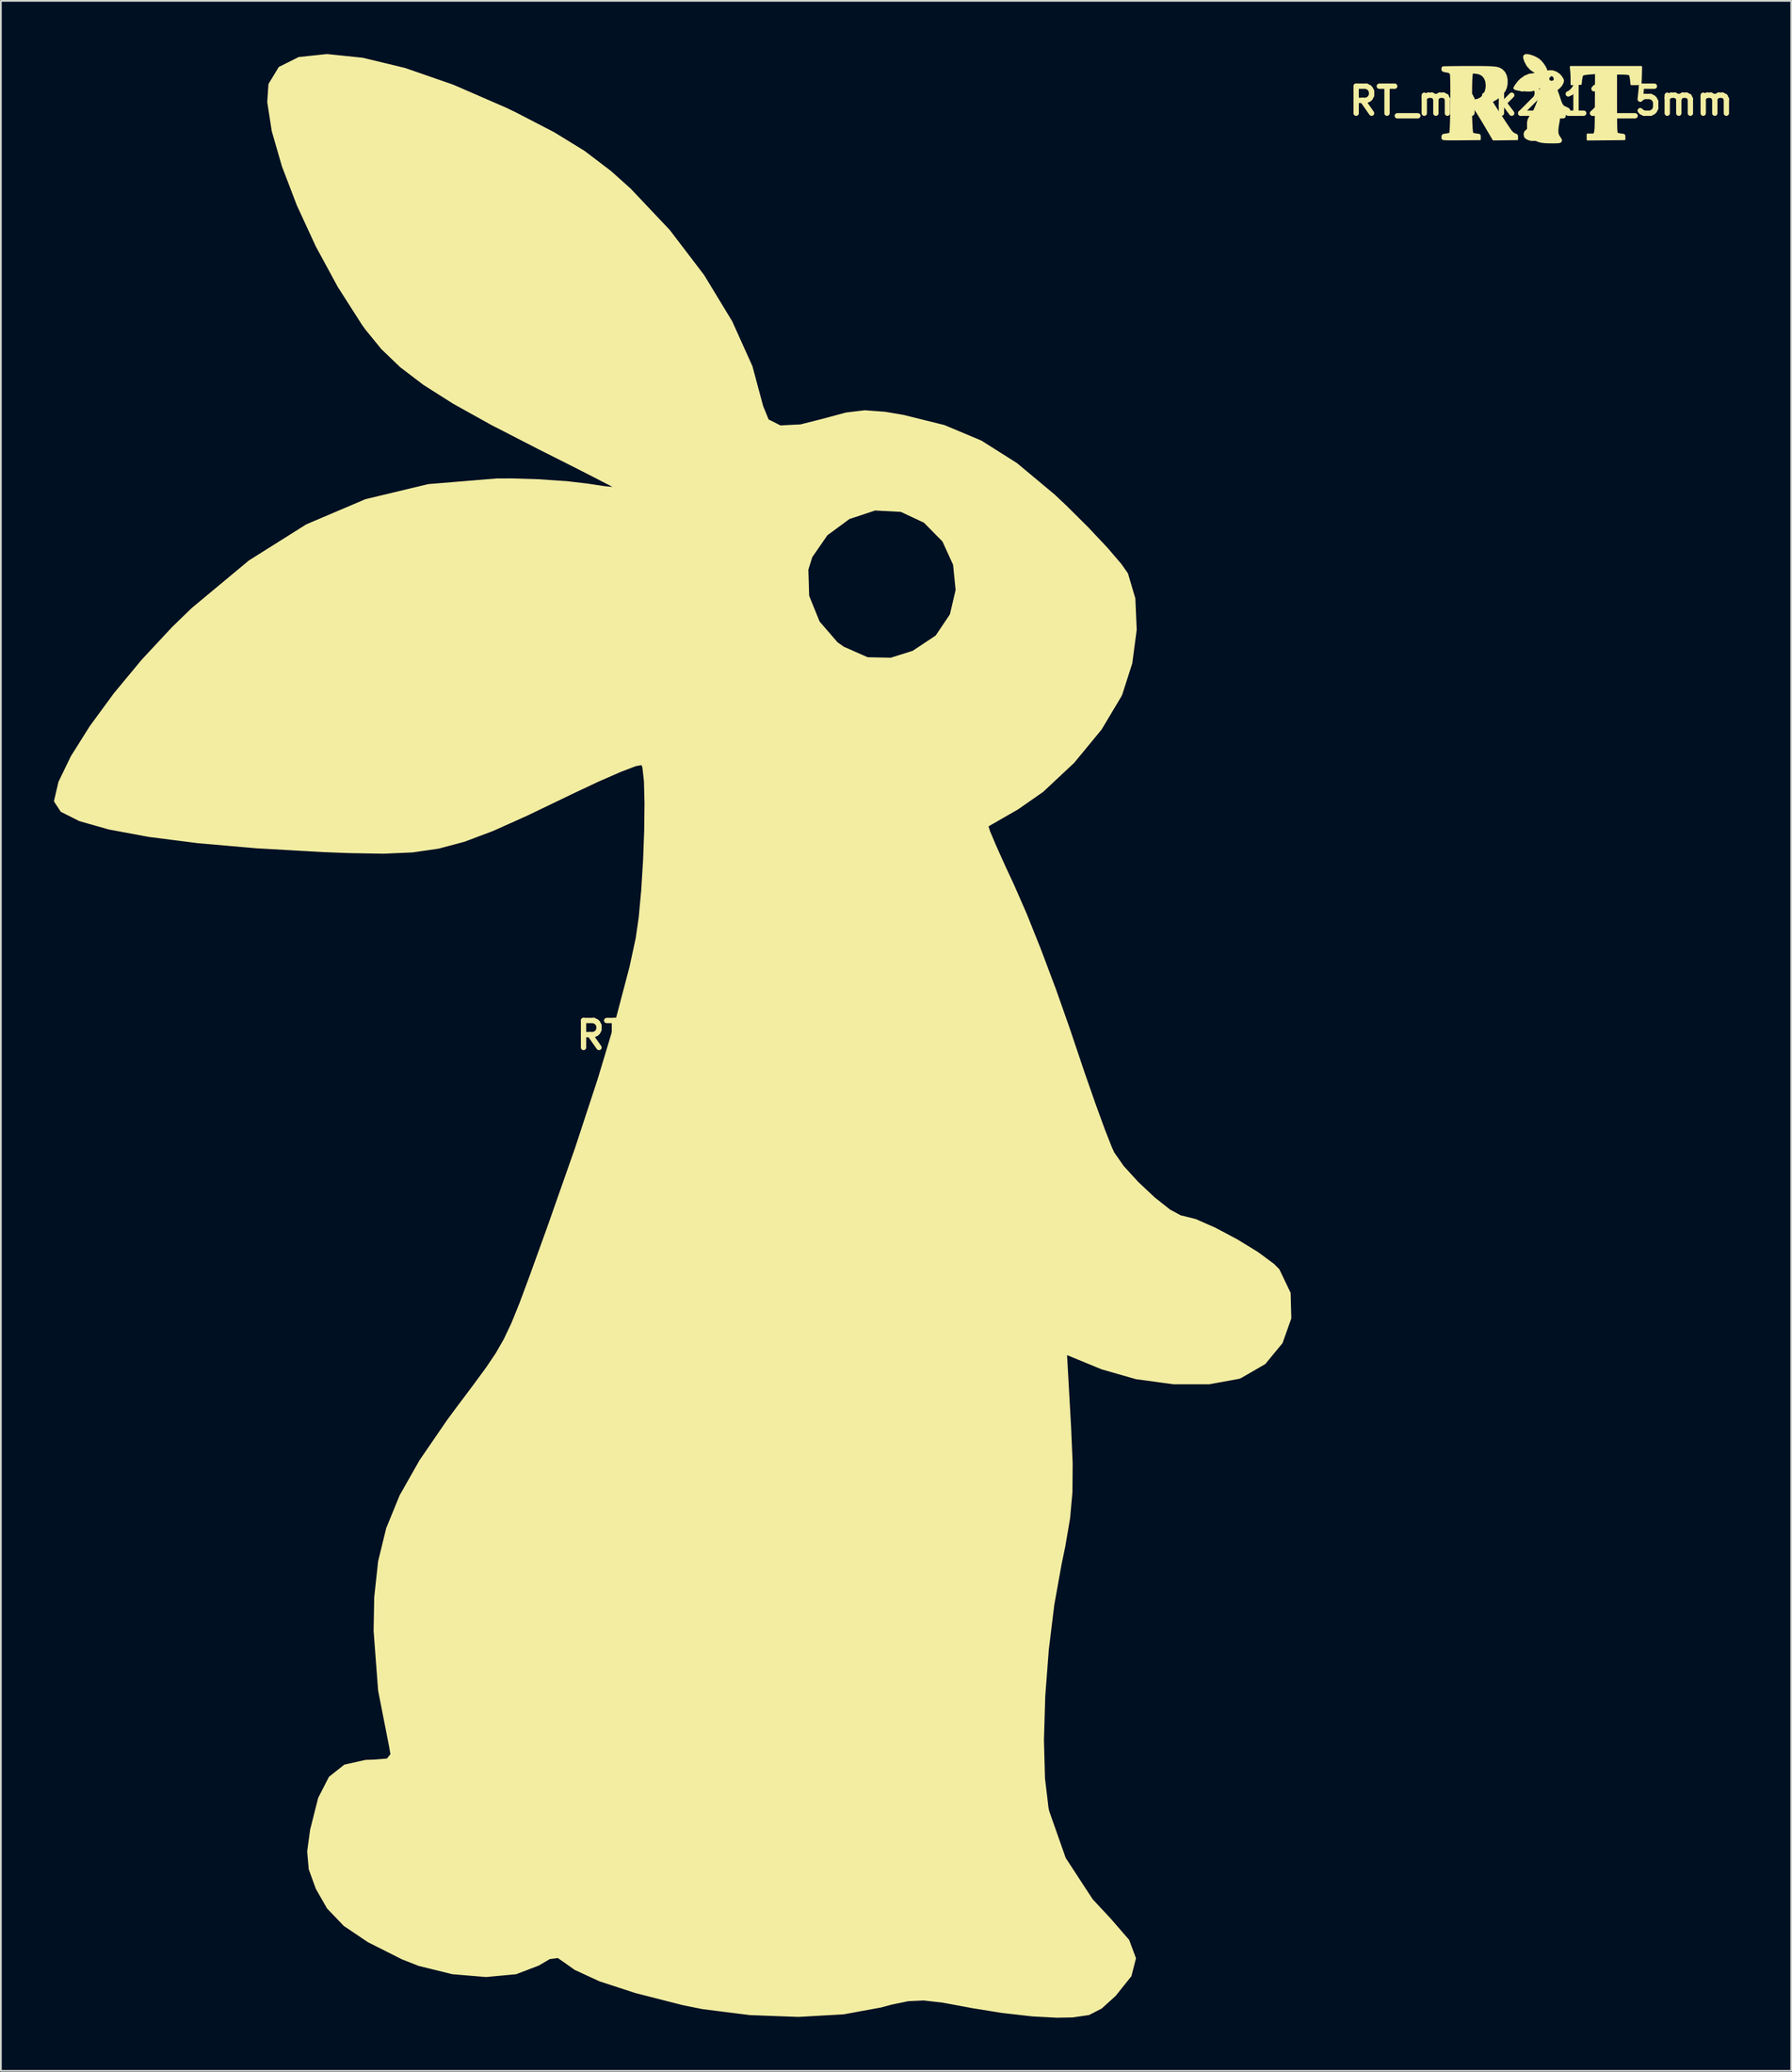
<source format=kicad_pcb>
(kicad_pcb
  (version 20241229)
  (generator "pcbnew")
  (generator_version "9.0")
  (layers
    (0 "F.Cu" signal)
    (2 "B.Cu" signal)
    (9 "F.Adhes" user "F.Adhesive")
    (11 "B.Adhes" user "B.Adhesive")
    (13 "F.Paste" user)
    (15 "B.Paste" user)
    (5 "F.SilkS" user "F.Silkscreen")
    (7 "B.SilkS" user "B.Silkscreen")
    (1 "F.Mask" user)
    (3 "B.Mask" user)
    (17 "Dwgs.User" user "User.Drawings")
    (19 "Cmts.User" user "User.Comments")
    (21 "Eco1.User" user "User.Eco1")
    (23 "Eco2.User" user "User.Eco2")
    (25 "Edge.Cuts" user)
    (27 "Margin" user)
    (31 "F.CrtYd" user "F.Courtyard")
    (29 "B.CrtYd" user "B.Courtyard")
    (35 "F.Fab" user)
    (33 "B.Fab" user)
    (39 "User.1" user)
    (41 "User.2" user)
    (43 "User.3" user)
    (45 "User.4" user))
  (footprint "RT_mark1"
    (layer "F.Cu")
    (at 34.975 55.369)
    (property "Reference" "RT_mark1" (at 0 0 0) (layer "F.SilkS") (effects (font (size 1.524 1.524) (thickness 0.3))))
    (attr through_hole)
    (fp_poly (pts (xy 34.827 15.968) (xy 34.337 17.345) (xy 33.376 18.512) (xy 32.005 19.306) (xy 31.913 19.337) (xy 30.246 19.642) (xy 28.225 19.642) (xy 26.119 19.357) (xy 24.201 18.808) (xy 24.046 18.746) (xy 22.162 17.971) (xy 22.395 22.126) (xy 22.483 24.167) (xy 22.47 25.783) (xy 22.338 27.248) (xy 22.066 28.838) (xy 21.863 29.81) (xy 21.445 32.139) (xy 21.133 34.693) (xy 20.935 37.294) (xy 20.861 39.765) (xy 20.92 41.926) (xy 21.12 43.602) (xy 21.16 43.788) (xy 22.095 46.443) (xy 23.623 48.782) (xy 24.665 49.901) (xy 25.679 51.071) (xy 26.056 52.083) (xy 25.804 53.069) (xy 24.931 54.161) (xy 24.906 54.187) (xy 24.144 54.877) (xy 23.447 55.236) (xy 22.527 55.37) (xy 21.643 55.386) (xy 20.26 55.312) (xy 18.54 55.117) (xy 16.833 54.841) (xy 16.672 54.81) (xy 15.976 54.68) (xy 15.976 -25.128) (xy 15.83 -26.566) (xy 15.223 -27.894) (xy 14.167 -28.965) (xy 12.845 -29.585) (xy 11.371 -29.662) (xy 9.908 -29.176) (xy 8.649 -28.25) (xy 7.787 -27.003) (xy 7.561 -26.277) (xy 7.608 -24.787) (xy 8.202 -23.322) (xy 9.223 -22.14) (xy 9.592 -21.881) (xy 10.945 -21.283) (xy 12.267 -21.255) (xy 13.521 -21.648) (xy 14.834 -22.52) (xy 15.648 -23.73) (xy 15.976 -25.128) (xy 15.976 54.68) (xy 15.181 54.533) (xy 14.123 54.414) (xy 13.245 54.454) (xy 12.294 54.651) (xy 11.71 54.809) (xy 9.597 55.197) (xy 7.057 55.34) (xy 4.326 55.241) (xy 1.639 54.902) (xy 0.529 54.678) (xy -2.123 54.002) (xy -4.163 53.337) (xy -5.554 52.695) (xy -6.038 52.351) (xy -6.52 52.017) (xy -7.006 52.081) (xy -7.628 52.448) (xy -8.899 52.933) (xy -10.585 53.091) (xy -12.48 52.932) (xy -14.378 52.464) (xy -15.317 52.094) (xy -17.226 51.133) (xy -18.581 50.221) (xy -19.517 49.247) (xy -20.151 48.139) (xy -20.545 47.051) (xy -20.634 46.056) (xy -20.467 44.834) (xy -20.017 43.052) (xy -19.412 41.873) (xy -18.561 41.201) (xy -17.376 40.937) (xy -16.915 40.922) (xy -16.157 40.861) (xy -15.93 40.579) (xy -16.008 40.128) (xy -16.628 36.976) (xy -16.883 33.604) (xy -16.849 31.722) (xy -16.629 29.69) (xy -16.174 27.827) (xy -15.418 25.98) (xy -14.295 24) (xy -12.74 21.735) (xy -12.189 20.99) (xy -11.258 19.75) (xy -10.547 18.783) (xy -9.994 17.962) (xy -9.534 17.16) (xy -9.105 16.252) (xy -8.643 15.112) (xy -8.085 13.611) (xy -7.367 11.626) (xy -7.034 10.701) (xy -5.513 6.373) (xy -4.229 2.466) (xy -3.198 -0.96) (xy -2.438 -3.847) (xy -2.087 -5.468) (xy -1.916 -6.654) (xy -1.776 -8.167) (xy -1.671 -9.851) (xy -1.607 -11.547) (xy -1.589 -13.096) (xy -1.622 -14.343) (xy -1.71 -15.128) (xy -1.781 -15.303) (xy -2.153 -15.232) (xy -3.028 -14.896) (xy -4.278 -14.349) (xy -5.775 -13.644) (xy -5.904 -13.581) (xy -8.287 -12.435) (xy -10.203 -11.577) (xy -11.811 -10.971) (xy -13.271 -10.58) (xy -14.74 -10.368) (xy -16.38 -10.297) (xy -18.347 -10.331) (xy -19.756 -10.386) (xy -23.532 -10.6) (xy -26.836 -10.888) (xy -29.629 -11.245) (xy -31.874 -11.662) (xy -33.53 -12.133) (xy -34.56 -12.651) (xy -34.925 -13.207) (xy -34.925 -13.223) (xy -34.677 -14.286) (xy -33.983 -15.718) (xy -32.919 -17.412) (xy -31.561 -19.263) (xy -29.986 -21.163) (xy -28.268 -23.006) (xy -27.172 -24.068) (xy -23.941 -26.755) (xy -20.711 -28.786) (xy -17.378 -30.204) (xy -13.839 -31.052) (xy -9.988 -31.37) (xy -9.172 -31.374) (xy -7.582 -31.325) (xy -6.006 -31.216) (xy -4.847 -31.079) (xy -3.897 -30.936) (xy -3.333 -30.879) (xy -3.26 -30.893) (xy -3.591 -31.076) (xy -4.435 -31.512) (xy -5.673 -32.143) (xy -7.186 -32.905) (xy -7.585 -33.105) (xy -10.273 -34.487) (xy -12.406 -35.673) (xy -14.081 -36.733) (xy -15.399 -37.736) (xy -16.457 -38.751) (xy -17.354 -39.849) (xy -17.55 -40.122) (xy -18.914 -42.256) (xy -20.152 -44.537) (xy -21.217 -46.841) (xy -22.06 -49.045) (xy -22.633 -51.025) (xy -22.887 -52.656) (xy -22.82 -53.663) (xy -22.251 -54.601) (xy -21.149 -55.151) (xy -19.567 -55.319) (xy -17.555 -55.111) (xy -15.166 -54.534) (xy -12.452 -53.592) (xy -9.466 -52.294) (xy -8.91 -52.026) (xy -6.761 -50.913) (xy -5.055 -49.865) (xy -3.563 -48.731) (xy -2.456 -47.74) (xy -0.252 -45.41) (xy 1.684 -42.873) (xy 3.266 -40.269) (xy 4.406 -37.741) (xy 5.011 -35.492) (xy 5.329 -34.714) (xy 6.024 -34.363) (xy 7.174 -34.421) (xy 8.444 -34.742) (xy 9.75 -35.093) (xy 10.796 -35.218) (xy 11.934 -35.134) (xy 12.953 -34.963) (xy 15.281 -34.385) (xy 17.359 -33.512) (xy 19.364 -32.244) (xy 21.474 -30.484) (xy 22.149 -29.849) (xy 23.382 -28.624) (xy 24.458 -27.48) (xy 25.251 -26.554) (xy 25.608 -26.044) (xy 26.022 -24.644) (xy 26.098 -22.88) (xy 25.849 -20.999) (xy 25.288 -19.251) (xy 25.238 -19.143) (xy 24.122 -17.277) (xy 22.58 -15.406) (xy 20.834 -13.772) (xy 19.415 -12.784) (xy 18.498 -12.258) (xy 17.876 -11.9) (xy 17.723 -11.81) (xy 17.825 -11.489) (xy 18.173 -10.666) (xy 18.709 -9.477) (xy 19.194 -8.434) (xy 19.883 -6.861) (xy 20.691 -4.843) (xy 21.532 -2.609) (xy 22.315 -0.389) (xy 22.524 0.234) (xy 23.169 2.148) (xy 23.781 3.899) (xy 24.309 5.345) (xy 24.701 6.34) (xy 24.837 6.637) (xy 25.371 7.402) (xy 26.192 8.303) (xy 27.126 9.181) (xy 27.998 9.872) (xy 28.634 10.217) (xy 28.727 10.231) (xy 29.468 10.418) (xy 30.567 10.902) (xy 31.81 11.562) (xy 32.983 12.282) (xy 33.873 12.943) (xy 34.16 13.234) (xy 34.788 14.544) (xy 34.827 15.968)) (stroke (width 0.1) (type solid)) (fill yes) (layer "F.SilkS")))
  (footprint "RT_mark2_12_5mm"
    (layer "F.Cu")
    (at 83.963 2.649)
    (property "Reference" "RT_mark2_12_5mm" (at 0 0 0) (layer "F.SilkS") (effects (font (size 1.524 1.524) (thickness 0.3))))
    (attr through_hole)
    (fp_poly (pts (xy 5.642 -1.923) (xy 5.632 -1.479) (xy 5.626 -1.303) (xy 5.62 -1.153) (xy 5.613 -1.043) (xy 5.606 -0.989) (xy 5.606 -0.989) (xy 5.559 -0.961) (xy 5.444 -0.946) (xy 5.339 -0.943) (xy 5.087 -0.943) (xy 5.062 -1.196) (xy 5.04 -1.345) (xy 5.009 -1.452) (xy 4.983 -1.493) (xy 4.916 -1.517) (xy 4.785 -1.532) (xy 4.601 -1.54) (xy 4.578 -1.54) (xy 4.227 -1.542) (xy 4.227 0.116) (xy 4.228 0.526) (xy 4.229 0.868) (xy 4.232 1.148) (xy 4.235 1.372) (xy 4.24 1.544) (xy 4.247 1.67) (xy 4.255 1.755) (xy 4.265 1.804) (xy 4.274 1.821) (xy 4.335 1.851) (xy 4.439 1.876) (xy 4.509 1.886) (xy 4.62 1.899) (xy 4.676 1.919) (xy 4.696 1.96) (xy 4.699 2.032) (xy 4.699 2.159) (xy 3.656 2.169) (xy 2.613 2.178) (xy 2.613 2.033) (xy 2.613 1.887) (xy 2.785 1.886) (xy 2.849 1.888) (xy 2.903 1.888) (xy 2.947 1.881) (xy 2.983 1.861) (xy 3.01 1.822) (xy 3.032 1.758) (xy 3.047 1.664) (xy 3.058 1.532) (xy 3.065 1.358) (xy 3.069 1.134) (xy 3.072 0.856) (xy 3.074 0.518) (xy 3.076 0.123) (xy 3.086 -1.57) (xy 2.732 -1.545) (xy 2.566 -1.529) (xy 2.432 -1.507) (xy 2.348 -1.484) (xy 2.33 -1.474) (xy 2.302 -1.415) (xy 2.275 -1.309) (xy 2.257 -1.195) (xy 2.232 -0.962) (xy 1.968 -0.951) (xy 1.705 -0.94) (xy 1.705 -1.241) (xy 1.702 -1.413) (xy 1.694 -1.585) (xy 1.683 -1.722) (xy 1.682 -1.733) (xy 1.659 -1.923) (xy 3.651 -1.923) (xy 5.642 -1.923)) (stroke (width 0.1) (type solid)) (fill yes) (layer "F.SilkS"))
    (fp_poly (pts (xy -1.361 2.159) (xy -2.032 2.167) (xy -2.703 2.175) (xy -3.066 1.555) (xy -3.085 1.522) (xy -3.085 -0.872) (xy -3.112 -1.116) (xy -3.193 -1.312) (xy -3.325 -1.459) (xy -3.506 -1.554) (xy -3.733 -1.593) (xy -3.759 -1.594) (xy -3.909 -1.597) (xy -3.932 -1.374) (xy -3.94 -1.256) (xy -3.947 -1.086) (xy -3.952 -0.883) (xy -3.955 -0.667) (xy -3.955 -0.593) (xy -3.955 -0.036) (xy -3.837 -0.036) (xy -3.719 -0.047) (xy -3.592 -0.072) (xy -3.585 -0.074) (xy -3.41 -0.159) (xy -3.265 -0.301) (xy -3.159 -0.489) (xy -3.098 -0.711) (xy -3.085 -0.872) (xy -3.085 1.522) (xy -3.278 1.196) (xy -3.463 0.891) (xy -3.62 0.641) (xy -3.748 0.449) (xy -3.846 0.314) (xy -3.912 0.24) (xy -3.945 0.228) (xy -3.948 0.236) (xy -3.956 0.312) (xy -3.96 0.442) (xy -3.959 0.612) (xy -3.956 0.808) (xy -3.949 1.017) (xy -3.941 1.227) (xy -3.93 1.425) (xy -3.919 1.596) (xy -3.907 1.728) (xy -3.894 1.807) (xy -3.888 1.824) (xy -3.829 1.852) (xy -3.725 1.876) (xy -3.655 1.886) (xy -3.545 1.899) (xy -3.488 1.919) (xy -3.468 1.96) (xy -3.465 2.032) (xy -3.465 2.159) (xy -4.509 2.169) (xy -4.818 2.171) (xy -5.062 2.172) (xy -5.248 2.17) (xy -5.383 2.166) (xy -5.477 2.16) (xy -5.535 2.15) (xy -5.565 2.137) (xy -5.574 2.126) (xy -5.585 2.049) (xy -5.582 1.989) (xy -5.565 1.938) (xy -5.52 1.909) (xy -5.429 1.891) (xy -5.38 1.886) (xy -5.263 1.867) (xy -5.173 1.838) (xy -5.144 1.821) (xy -5.134 1.775) (xy -5.124 1.666) (xy -5.115 1.502) (xy -5.107 1.292) (xy -5.1 1.046) (xy -5.094 0.771) (xy -5.089 0.478) (xy -5.086 0.175) (xy -5.084 -0.129) (xy -5.083 -0.425) (xy -5.084 -0.705) (xy -5.086 -0.958) (xy -5.09 -1.176) (xy -5.096 -1.351) (xy -5.104 -1.473) (xy -5.113 -1.533) (xy -5.155 -1.598) (xy -5.232 -1.635) (xy -5.305 -1.65) (xy -5.447 -1.675) (xy -5.532 -1.699) (xy -5.574 -1.73) (xy -5.587 -1.776) (xy -5.588 -1.796) (xy -5.576 -1.871) (xy -5.556 -1.902) (xy -5.514 -1.907) (xy -5.407 -1.911) (xy -5.243 -1.915) (xy -5.031 -1.918) (xy -4.778 -1.921) (xy -4.493 -1.923) (xy -4.183 -1.924) (xy -4.095 -1.924) (xy -3.707 -1.924) (xy -3.383 -1.923) (xy -3.118 -1.919) (xy -2.903 -1.913) (xy -2.732 -1.903) (xy -2.596 -1.889) (xy -2.489 -1.871) (xy -2.403 -1.846) (xy -2.332 -1.816) (xy -2.267 -1.778) (xy -2.215 -1.743) (xy -2.084 -1.607) (xy -1.994 -1.423) (xy -1.948 -1.204) (xy -1.95 -0.965) (xy -1.992 -0.75) (xy -2.071 -0.58) (xy -2.201 -0.404) (xy -2.367 -0.242) (xy -2.551 -0.11) (xy -2.594 -0.087) (xy -2.698 -0.029) (xy -2.77 0.017) (xy -2.794 0.038) (xy -2.775 0.075) (xy -2.722 0.162) (xy -2.641 0.29) (xy -2.539 0.45) (xy -2.421 0.632) (xy -2.295 0.826) (xy -2.165 1.023) (xy -2.04 1.213) (xy -1.924 1.386) (xy -1.825 1.534) (xy -1.748 1.646) (xy -1.7 1.712) (xy -1.698 1.714) (xy -1.6 1.811) (xy -1.496 1.873) (xy -1.476 1.88) (xy -1.397 1.91) (xy -1.365 1.963) (xy -1.361 2.034) (xy -1.361 2.159)) (stroke (width 0.1) (type solid)) (fill yes) (layer "F.SilkS"))
    (fp_poly (pts (xy 1.589 0.516) (xy 1.582 0.6) (xy 1.504 0.687) (xy 1.476 0.707) (xy 1.338 0.759) (xy 1.177 0.762) (xy 1.098 0.744) (xy 1.047 0.733) (xy 1.023 0.756) (xy 1.016 0.829) (xy 1.016 0.876) (xy 1.008 0.992) (xy 0.988 1.146) (xy 0.959 1.305) (xy 0.958 1.306) (xy 0.932 1.467) (xy 0.917 1.626) (xy 0.917 1.749) (xy 0.917 1.749) (xy 0.932 1.853) (xy 0.965 1.945) (xy 1.026 2.049) (xy 1.107 2.164) (xy 1.121 2.238) (xy 1.103 2.277) (xy 1.077 2.304) (xy 1.031 2.322) (xy 0.953 2.333) (xy 0.83 2.34) (xy 0.756 2.341) (xy 0.756 -1.214) (xy 0.744 -1.311) (xy 0.695 -1.397) (xy 0.618 -1.447) (xy 0.587 -1.451) (xy 0.503 -1.42) (xy 0.431 -1.346) (xy 0.399 -1.258) (xy 0.399 -1.253) (xy 0.428 -1.153) (xy 0.512 -1.097) (xy 0.581 -1.089) (xy 0.669 -1.104) (xy 0.718 -1.132) (xy 0.756 -1.214) (xy 0.756 2.341) (xy 0.649 2.342) (xy 0.604 2.342) (xy 0.379 2.339) (xy 0.176 2.327) (xy 0.017 2.308) (xy -0.044 2.296) (xy -0.157 2.263) (xy -0.239 2.232) (xy -0.265 2.217) (xy -0.317 2.202) (xy -0.411 2.201) (xy -0.45 2.204) (xy -0.581 2.199) (xy -0.717 2.162) (xy -0.836 2.103) (xy -0.911 2.032) (xy -0.921 2.012) (xy -0.947 1.871) (xy -0.914 1.751) (xy -0.844 1.678) (xy -0.791 1.639) (xy -0.762 1.595) (xy -0.751 1.525) (xy -0.753 1.407) (xy -0.755 1.371) (xy -0.752 1.192) (xy -0.718 1.046) (xy -0.646 0.907) (xy -0.525 0.752) (xy -0.464 0.659) (xy -0.388 0.513) (xy -0.306 0.333) (xy -0.224 0.133) (xy -0.15 -0.069) (xy -0.09 -0.255) (xy -0.075 -0.308) (xy -0.057 -0.403) (xy -0.044 -0.521) (xy -0.036 -0.639) (xy -0.036 -0.736) (xy -0.044 -0.792) (xy -0.05 -0.798) (xy -0.088 -0.784) (xy -0.173 -0.746) (xy -0.289 -0.693) (xy -0.308 -0.684) (xy -0.422 -0.633) (xy -0.512 -0.6) (xy -0.6 -0.585) (xy -0.709 -0.582) (xy -0.86 -0.588) (xy -0.92 -0.592) (xy -1.134 -0.609) (xy -1.311 -0.635) (xy -1.44 -0.667) (xy -1.512 -0.701) (xy -1.524 -0.722) (xy -1.501 -0.783) (xy -1.442 -0.878) (xy -1.359 -0.991) (xy -1.266 -1.104) (xy -1.176 -1.198) (xy -1.163 -1.21) (xy -0.924 -1.384) (xy -0.672 -1.489) (xy -0.402 -1.524) (xy -0.399 -1.524) (xy -0.163 -1.525) (xy -0.363 -1.633) (xy -0.6 -1.799) (xy -0.785 -2.006) (xy -0.906 -2.236) (xy -0.955 -2.376) (xy -0.975 -2.467) (xy -0.968 -2.525) (xy -0.934 -2.569) (xy -0.926 -2.576) (xy -0.848 -2.599) (xy -0.725 -2.589) (xy -0.574 -2.55) (xy -0.412 -2.49) (xy -0.254 -2.411) (xy -0.117 -2.321) (xy -0.016 -2.224) (xy 0.09 -2.096) (xy 0.184 -1.96) (xy 0.252 -1.836) (xy 0.273 -1.775) (xy 0.292 -1.705) (xy 0.326 -1.677) (xy 0.395 -1.677) (xy 0.455 -1.686) (xy 0.648 -1.68) (xy 0.841 -1.611) (xy 1.016 -1.489) (xy 1.109 -1.386) (xy 1.179 -1.284) (xy 1.224 -1.193) (xy 1.234 -1.152) (xy 1.205 -1.024) (xy 1.129 -0.886) (xy 1.021 -0.763) (xy 0.977 -0.728) (xy 0.892 -0.657) (xy 0.866 -0.605) (xy 0.874 -0.578) (xy 0.899 -0.523) (xy 0.939 -0.416) (xy 0.986 -0.274) (xy 1.019 -0.173) (xy 1.085 0.023) (xy 1.143 0.162) (xy 1.202 0.256) (xy 1.272 0.319) (xy 1.362 0.363) (xy 1.395 0.375) (xy 1.526 0.439) (xy 1.589 0.516)) (stroke (width 0.1) (type solid)) (fill yes) (layer "F.SilkS")))
  (gr_rect
    (start -3 -3)
    (end 98.074 113.805)
    (stroke (width 0.1) (type default))
    (fill no)
    (layer "Edge.Cuts")))
</source>
